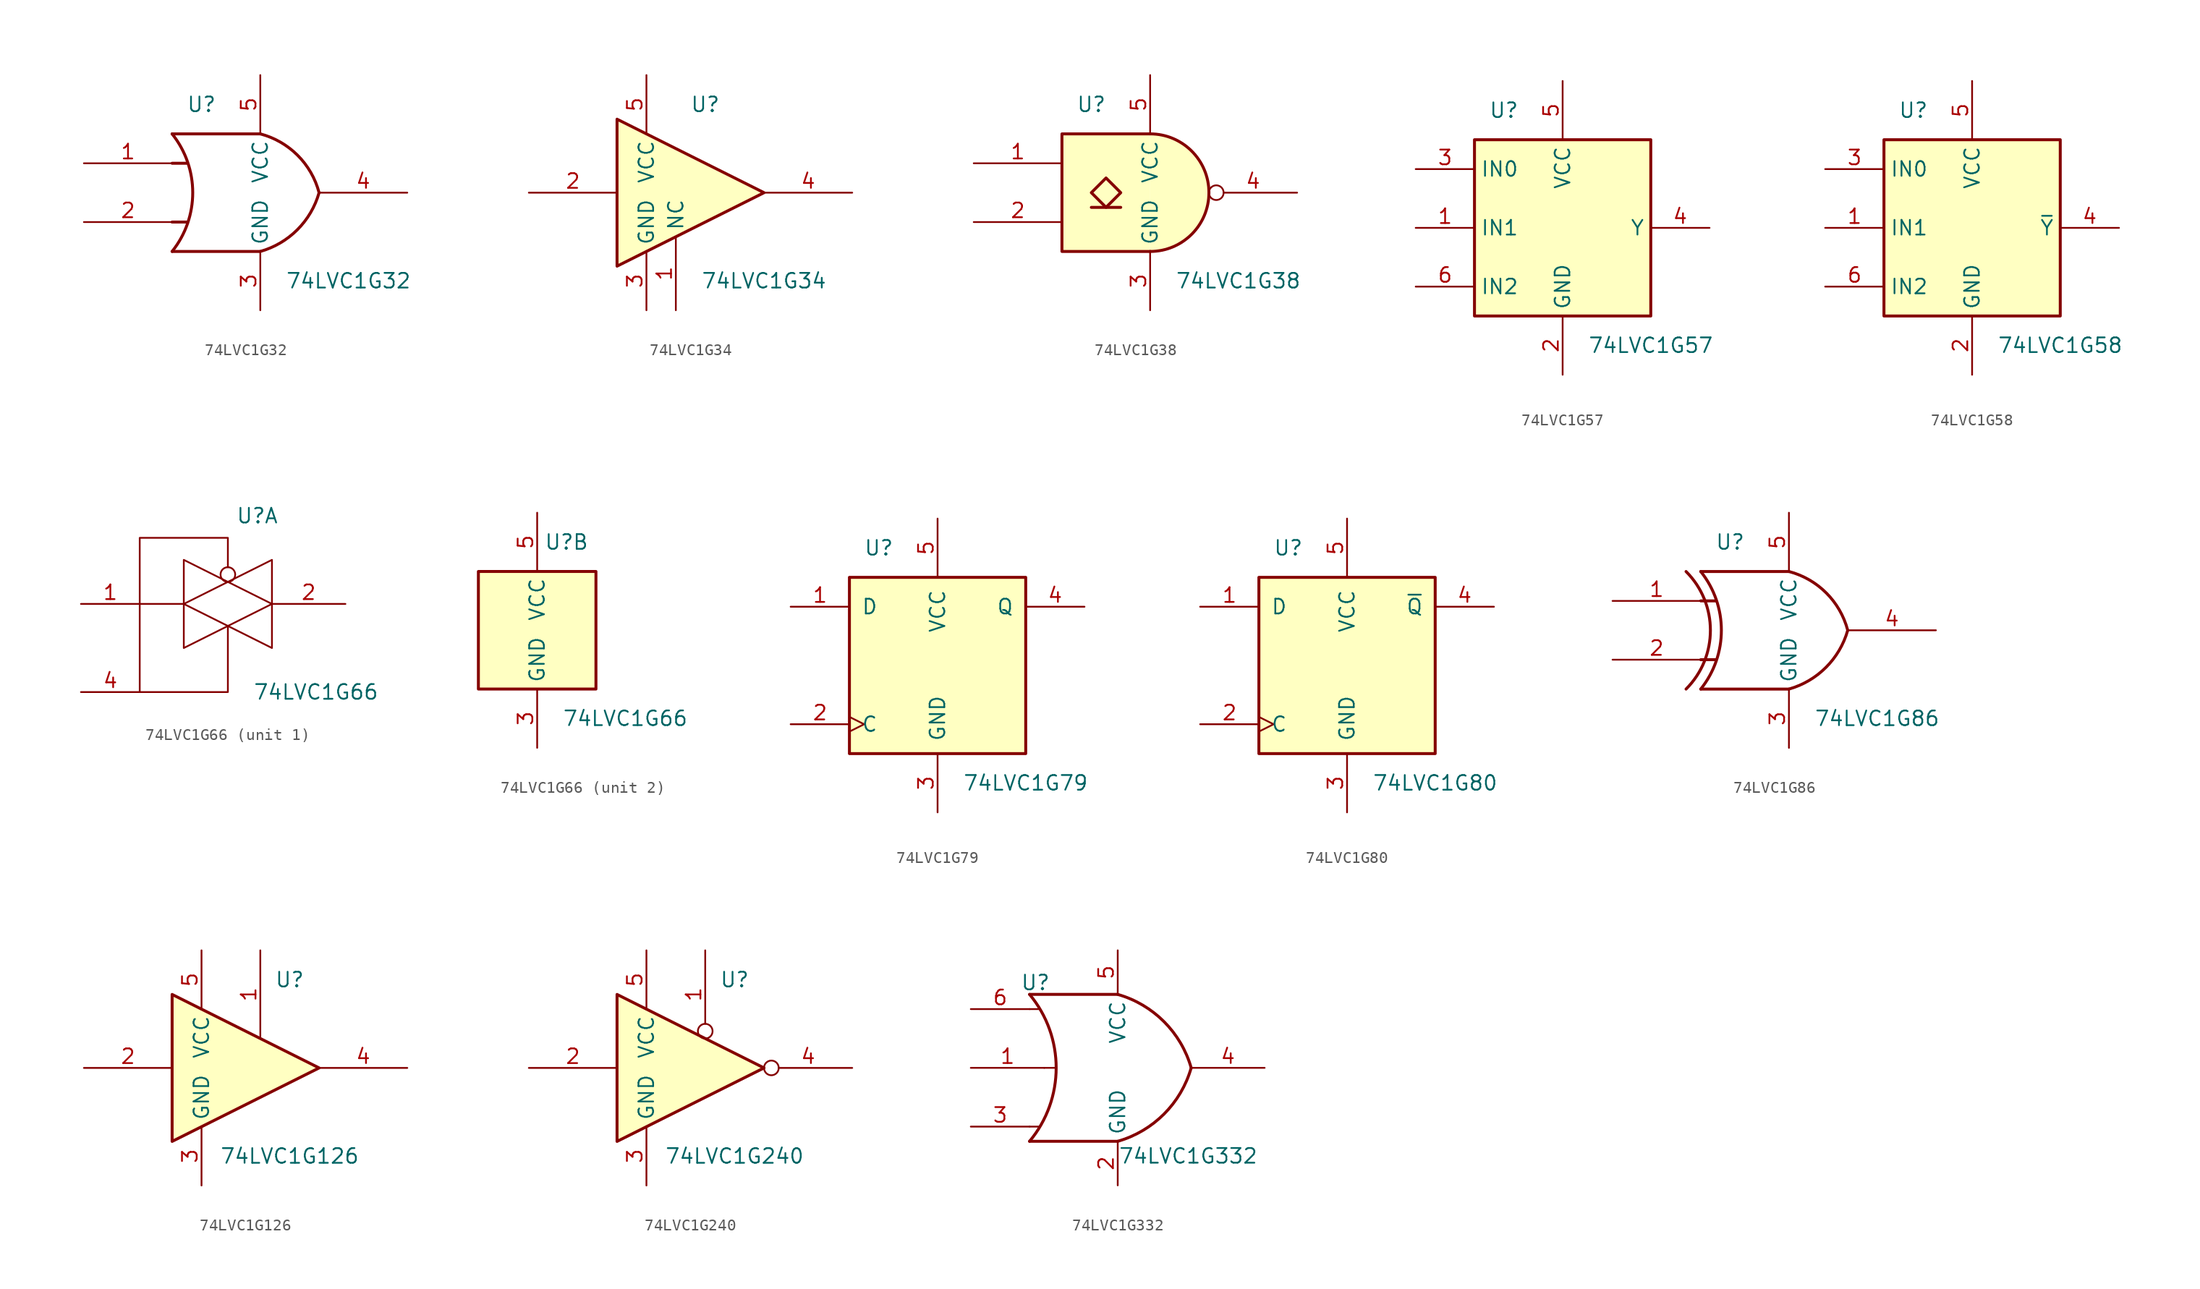
<source format=kicad_sym>
(kicad_symbol_lib
  (version 20241209)
  (generator "kicad_symbol_editor")
  (generator_version "9.0")
  (symbol "74LVC1G32"
    (property "Reference" "U"
      (at -5.08 7.62 0)
      (effects (font (size 1.27 1.27))))
    (property "Value" "74LVC1G32"
      (at 7.62 -7.62 0)
      (effects (font (size 1.27 1.27))))
    (symbol "74LVC1G32_0_1"
      (arc (start -7.62 5.08) (mid -5.838 0) (end -7.62 -5.08) (stroke (width 0.254) (type default)) (fill (type none)))
      (polyline (pts (xy -7.62 2.54) (xy -6.35 2.54)) (stroke (width 0.254) (type default)) (fill (type background)))
      (polyline (pts (xy -7.62 -2.54) (xy -6.35 -2.54)) (stroke (width 0.254) (type default)) (fill (type background)))
      (arc (start 5.08 0) (mid 3.202 -3.202) (end 0 -5.08) (stroke (width 0.254) (type default)) (fill (type none)))
      (arc (start 0 5.08) (mid 3.2271 3.2271) (end 5.08 0) (stroke (width 0.254) (type default)) (fill (type none)))
      (polyline (pts (xy 0 5.08) (xy -7.62 5.08)) (stroke (width 0.254) (type default)) (fill (type background)))
      (polyline (pts (xy 0 -5.08) (xy -7.62 -5.08)) (stroke (width 0.254) (type default)) (fill (type background))))
    (symbol "74LVC1G32_1_1"
      (pin input line (at -15.24 2.54 0) (length 7.62) (name "~" (effects (font (size 1.27 1.27)))) (number "1" (effects (font (size 1.27 1.27)))))
      (pin input line (at -15.24 -2.54 0) (length 7.62) (name "~" (effects (font (size 1.27 1.27)))) (number "2" (effects (font (size 1.27 1.27)))))
      (pin power_in line (at 0 10.16 270) (length 5.08) (name "VCC" (effects (font (size 1.27 1.27)))) (number "5" (effects (font (size 1.27 1.27)))))
      (pin power_in line (at 0 -10.16 90) (length 5.08) (name "GND" (effects (font (size 1.27 1.27)))) (number "3" (effects (font (size 1.27 1.27)))))
      (pin output line (at 12.7 0 180) (length 7.62) (name "~" (effects (font (size 1.27 1.27)))) (number "4" (effects (font (size 1.27 1.27)))))))
  (symbol "74LVC1G34"
    (property "Reference" "U"
      (at 0 7.62 0)
      (effects (font (size 1.27 1.27))))
    (property "Value" "74LVC1G34"
      (at 5.08 -7.62 0)
      (effects (font (size 1.27 1.27))))
    (symbol "74LVC1G34_0_1"
      (polyline (pts (xy -7.62 6.35) (xy -7.62 -6.35) (xy 5.08 0) (xy -7.62 6.35)) (stroke (width 0.254) (type default)) (fill (type background))))
    (symbol "74LVC1G34_1_1"
      (pin input line (at -15.24 0 0) (length 7.62) (name "~" (effects (font (size 1.27 1.27)))) (number "2" (effects (font (size 1.27 1.27)))))
      (pin power_in line (at -5.08 10.16 270) (length 5.08) (name "VCC" (effects (font (size 1.27 1.27)))) (number "5" (effects (font (size 1.27 1.27)))))
      (pin power_in line (at -5.08 -10.16 90) (length 5.08) (name "GND" (effects (font (size 1.27 1.27)))) (number "3" (effects (font (size 1.27 1.27)))))
      (pin free line (at -2.54 -10.16 90) (length 6.35) (name "NC" (effects (font (size 1.27 1.27)))) (number "1" (effects (font (size 1.27 1.27)))))
      (pin output line (at 12.7 0 180) (length 7.62) (name "~" (effects (font (size 1.27 1.27)))) (number "4" (effects (font (size 1.27 1.27)))))))
  (symbol "74LVC1G38"
    (property "Reference" "U"
      (at -5.08 7.62 0)
      (effects (font (size 1.27 1.27))))
    (property "Value" "74LVC1G38"
      (at 7.62 -7.62 0)
      (effects (font (size 1.27 1.27))))
    (symbol "74LVC1G38_0_1"
      (polyline (pts (xy -5.08 -1.27) (xy -2.54 -1.27)) (stroke (width 0.254) (type default)) (fill (type background)))
      (polyline (pts (xy -3.81 1.27) (xy -5.08 0) (xy -3.81 -1.27) (xy -2.54 0) (xy -3.81 1.27)) (stroke (width 0.254) (type default)) (fill (type background)))
      (arc (start 0 5.08) (mid 5.0579 0) (end 0 -5.08) (stroke (width 0.254) (type default)) (fill (type background)))
      (polyline (pts (xy 0 -5.08) (xy -7.62 -5.08) (xy -7.62 5.08) (xy 0 5.08)) (stroke (width 0.254) (type default)) (fill (type background))))
    (symbol "74LVC1G38_1_1"
      (pin input line (at -15.24 2.54 0) (length 7.62) (name "~" (effects (font (size 1.27 1.27)))) (number "1" (effects (font (size 1.27 1.27)))))
      (pin input line (at -15.24 -2.54 0) (length 7.62) (name "~" (effects (font (size 1.27 1.27)))) (number "2" (effects (font (size 1.27 1.27)))))
      (pin power_in line (at 0 10.16 270) (length 5.08) (name "VCC" (effects (font (size 1.27 1.27)))) (number "5" (effects (font (size 1.27 1.27)))))
      (pin power_in line (at 0 -10.16 90) (length 5.08) (name "GND" (effects (font (size 1.27 1.27)))) (number "3" (effects (font (size 1.27 1.27)))))
      (pin output inverted (at 12.7 0 180) (length 7.62) (name "~" (effects (font (size 1.27 1.27)))) (number "4" (effects (font (size 1.27 1.27)))))))
  (symbol "74LVC1G57"
    (property "Reference" "U"
      (at -5.08 10.16 0)
      (effects (font (size 1.27 1.27))))
    (property "Value" "74LVC1G57"
      (at 7.62 -10.16 0)
      (effects (font (size 1.27 1.27))))
    (symbol "74LVC1G57_0_1"
      (rectangle (start -7.62 7.62) (end 7.62 -7.62) (stroke (width 0.254) (type default)) (fill (type background))))
    (symbol "74LVC1G57_1_1"
      (pin input line (at -12.7 5.08 0) (length 5.08) (name "IN0" (effects (font (size 1.27 1.27)))) (number "3" (effects (font (size 1.27 1.27)))))
      (pin input line (at -12.7 0 0) (length 5.08) (name "IN1" (effects (font (size 1.27 1.27)))) (number "1" (effects (font (size 1.27 1.27)))))
      (pin input line (at -12.7 -5.08 0) (length 5.08) (name "IN2" (effects (font (size 1.27 1.27)))) (number "6" (effects (font (size 1.27 1.27)))))
      (pin power_in line (at 0 12.7 270) (length 5.08) (name "VCC" (effects (font (size 1.27 1.27)))) (number "5" (effects (font (size 1.27 1.27)))))
      (pin power_in line (at 0 -12.7 90) (length 5.08) (name "GND" (effects (font (size 1.27 1.27)))) (number "2" (effects (font (size 1.27 1.27)))))
      (pin output line (at 12.7 0 180) (length 5.08) (name "Y" (effects (font (size 1.27 1.27)))) (number "4" (effects (font (size 1.27 1.27)))))))
  (symbol "74LVC1G58"
    (property "Reference" "U"
      (at -5.08 10.16 0)
      (effects (font (size 1.27 1.27))))
    (property "Value" "74LVC1G58"
      (at 7.62 -10.16 0)
      (effects (font (size 1.27 1.27))))
    (symbol "74LVC1G58_0_1"
      (rectangle (start -7.62 7.62) (end 7.62 -7.62) (stroke (width 0.254) (type default)) (fill (type background))))
    (symbol "74LVC1G58_1_1"
      (pin input line (at -12.7 5.08 0) (length 5.08) (name "IN0" (effects (font (size 1.27 1.27)))) (number "3" (effects (font (size 1.27 1.27)))))
      (pin input line (at -12.7 0 0) (length 5.08) (name "IN1" (effects (font (size 1.27 1.27)))) (number "1" (effects (font (size 1.27 1.27)))))
      (pin input line (at -12.7 -5.08 0) (length 5.08) (name "IN2" (effects (font (size 1.27 1.27)))) (number "6" (effects (font (size 1.27 1.27)))))
      (pin power_in line (at 0 12.7 270) (length 5.08) (name "VCC" (effects (font (size 1.27 1.27)))) (number "5" (effects (font (size 1.27 1.27)))))
      (pin power_in line (at 0 -12.7 90) (length 5.08) (name "GND" (effects (font (size 1.27 1.27)))) (number "2" (effects (font (size 1.27 1.27)))))
      (pin output line (at 12.7 0 180) (length 5.08) (name "~{Y}" (effects (font (size 1.27 1.27)))) (number "4" (effects (font (size 1.27 1.27)))))))
  (symbol "74LVC1G66"
    (property "Reference" "U"
      (at 2.54 7.62 0)
      (effects (font (size 1.27 1.27))))
    (property "Value" "74LVC1G66"
      (at 7.62 -7.62 0)
      (effects (font (size 1.27 1.27))))
    (property "ki_locked" ""
      (at 0 0 0)
      (effects (font (size 1.27 1.27))))
    (symbol "74LVC1G66_1_1"
      (polyline (pts (xy -7.62 0) (xy -3.81 0)) (stroke (width 0.152) (type default)) (fill (type none)))
      (polyline (pts (xy -7.62 -7.62) (xy 0 -7.62) (xy 0 -1.905)) (stroke (width 0.152) (type default)) (fill (type none)))
      (polyline (pts (xy -7.62 -7.62) (xy -7.62 5.715) (xy 0 5.715) (xy 0 3.175)) (stroke (width 0.152) (type default)) (fill (type none)))
      (polyline (pts (xy -3.81 3.81) (xy -3.81 -3.81) (xy 3.81 0) (xy -3.81 3.81)) (stroke (width 0.152) (type default)) (fill (type none)))
      (polyline (pts (xy -3.81 0) (xy 3.81 3.81) (xy 3.81 -3.81) (xy -3.81 0)) (stroke (width 0.152) (type default)) (fill (type none)))
      (circle (center 0 2.54) (radius 0.635) (stroke (width 0.152) (type default)) (fill (type none)))
      (pin bidirectional line (at -12.7 0 0) (length 5.08) (name "~" (effects (font (size 1.27 1.27)))) (number "1" (effects (font (size 1.27 1.27)))))
      (pin input line (at -12.7 -7.62 0) (length 5.08) (name "~" (effects (font (size 1.27 1.27)))) (number "4" (effects (font (size 1.27 1.27)))))
      (pin bidirectional line (at 10.16 0 180) (length 6.35) (name "~" (effects (font (size 1.27 1.27)))) (number "2" (effects (font (size 1.27 1.27))))))
    (symbol "74LVC1G66_2_1"
      (rectangle (start -5.08 5.08) (end 5.08 -5.08) (stroke (width 0.254) (type default)) (fill (type background)))
      (pin power_in line (at 0 10.16 270) (length 5.08) (name "VCC" (effects (font (size 1.27 1.27)))) (number "5" (effects (font (size 1.27 1.27)))))
      (pin power_in line (at 0 -10.16 90) (length 5.08) (name "GND" (effects (font (size 1.27 1.27)))) (number "3" (effects (font (size 1.27 1.27)))))))
  (symbol "74LVC1G79"
    (pin_names
      (offset 1.016))
    (property "Reference" "U"
      (at -5.08 10.16 0)
      (effects (font (size 1.27 1.27))))
    (property "Value" "74LVC1G79"
      (at 7.62 -10.16 0)
      (effects (font (size 1.27 1.27))))
    (symbol "74LVC1G79_0_1"
      (rectangle (start -7.62 7.62) (end 7.62 -7.62) (stroke (width 0.254) (type default)) (fill (type background))))
    (symbol "74LVC1G79_1_1"
      (pin input line (at -12.7 5.08 0) (length 5.08) (name "D" (effects (font (size 1.27 1.27)))) (number "1" (effects (font (size 1.27 1.27)))))
      (pin input clock (at -12.7 -5.08 0) (length 5.08) (name "C" (effects (font (size 1.27 1.27)))) (number "2" (effects (font (size 1.27 1.27)))))
      (pin power_in line (at 0 12.7 270) (length 5.08) (name "VCC" (effects (font (size 1.27 1.27)))) (number "5" (effects (font (size 1.27 1.27)))))
      (pin power_in line (at 0 -12.7 90) (length 5.08) (name "GND" (effects (font (size 1.27 1.27)))) (number "3" (effects (font (size 1.27 1.27)))))
      (pin output line (at 12.7 5.08 180) (length 5.08) (name "Q" (effects (font (size 1.27 1.27)))) (number "4" (effects (font (size 1.27 1.27)))))))
  (symbol "74LVC1G80"
    (pin_names
      (offset 1.016))
    (property "Reference" "U"
      (at -5.08 10.16 0)
      (effects (font (size 1.27 1.27))))
    (property "Value" "74LVC1G80"
      (at 7.62 -10.16 0)
      (effects (font (size 1.27 1.27))))
    (symbol "74LVC1G80_0_1"
      (rectangle (start -7.62 7.62) (end 7.62 -7.62) (stroke (width 0.254) (type default)) (fill (type background))))
    (symbol "74LVC1G80_1_1"
      (pin input line (at -12.7 5.08 0) (length 5.08) (name "D" (effects (font (size 1.27 1.27)))) (number "1" (effects (font (size 1.27 1.27)))))
      (pin input clock (at -12.7 -5.08 0) (length 5.08) (name "C" (effects (font (size 1.27 1.27)))) (number "2" (effects (font (size 1.27 1.27)))))
      (pin power_in line (at 0 12.7 270) (length 5.08) (name "VCC" (effects (font (size 1.27 1.27)))) (number "5" (effects (font (size 1.27 1.27)))))
      (pin power_in line (at 0 -12.7 90) (length 5.08) (name "GND" (effects (font (size 1.27 1.27)))) (number "3" (effects (font (size 1.27 1.27)))))
      (pin output line (at 12.7 5.08 180) (length 5.08) (name "~{Q}" (effects (font (size 1.27 1.27)))) (number "4" (effects (font (size 1.27 1.27)))))))
  (symbol "74LVC1G86"
    (property "Reference" "U"
      (at -5.08 7.62 0)
      (effects (font (size 1.27 1.27))))
    (property "Value" "74LVC1G86"
      (at 7.62 -7.62 0)
      (effects (font (size 1.27 1.27))))
    (symbol "74LVC1G86_0_1"
      (arc (start -8.89 5.08) (mid -6.7858 0) (end -8.89 -5.08) (stroke (width 0.254) (type default)) (fill (type none)))
      (arc (start -7.62 5.08) (mid -5.838 0) (end -7.62 -5.08) (stroke (width 0.254) (type default)) (fill (type none)))
      (polyline (pts (xy -7.62 2.54) (xy -6.35 2.54)) (stroke (width 0.254) (type default)) (fill (type background)))
      (polyline (pts (xy -7.62 -2.54) (xy -6.35 -2.54)) (stroke (width 0.254) (type default)) (fill (type background)))
      (arc (start 5.08 0) (mid 3.202 -3.202) (end 0 -5.08) (stroke (width 0.254) (type default)) (fill (type none)))
      (arc (start 0 5.08) (mid 3.2271 3.2271) (end 5.08 0) (stroke (width 0.254) (type default)) (fill (type none)))
      (polyline (pts (xy 0 5.08) (xy -7.62 5.08)) (stroke (width 0.254) (type default)) (fill (type background)))
      (polyline (pts (xy 0 -5.08) (xy -7.62 -5.08)) (stroke (width 0.254) (type default)) (fill (type background))))
    (symbol "74LVC1G86_1_1"
      (pin input line (at -15.24 2.54 0) (length 7.62) (name "~" (effects (font (size 1.27 1.27)))) (number "1" (effects (font (size 1.27 1.27)))))
      (pin input line (at -15.24 -2.54 0) (length 7.62) (name "~" (effects (font (size 1.27 1.27)))) (number "2" (effects (font (size 1.27 1.27)))))
      (pin power_in line (at 0 10.16 270) (length 5.08) (name "VCC" (effects (font (size 1.27 1.27)))) (number "5" (effects (font (size 1.27 1.27)))))
      (pin power_in line (at 0 -10.16 90) (length 5.08) (name "GND" (effects (font (size 1.27 1.27)))) (number "3" (effects (font (size 1.27 1.27)))))
      (pin output line (at 12.7 0 180) (length 7.62) (name "~" (effects (font (size 1.27 1.27)))) (number "4" (effects (font (size 1.27 1.27)))))))
  (symbol "74LVC1G126"
    (property "Reference" "U"
      (at 2.54 7.62 0)
      (effects (font (size 1.27 1.27))))
    (property "Value" "74LVC1G126"
      (at 2.54 -7.62 0)
      (effects (font (size 1.27 1.27))))
    (symbol "74LVC1G126_0_1"
      (polyline (pts (xy -7.62 6.35) (xy -7.62 -6.35) (xy 5.08 0) (xy -7.62 6.35)) (stroke (width 0.254) (type default)) (fill (type background))))
    (symbol "74LVC1G126_1_1"
      (pin input line (at -15.24 0 0) (length 7.62) (name "~" (effects (font (size 1.27 1.27)))) (number "2" (effects (font (size 1.27 1.27)))))
      (pin power_in line (at -5.08 10.16 270) (length 5.08) (name "VCC" (effects (font (size 1.27 1.27)))) (number "5" (effects (font (size 1.27 1.27)))))
      (pin power_in line (at -5.08 -10.16 90) (length 5.08) (name "GND" (effects (font (size 1.27 1.27)))) (number "3" (effects (font (size 1.27 1.27)))))
      (pin input line (at 0 10.16 270) (length 7.62) (name "~" (effects (font (size 1.27 1.27)))) (number "1" (effects (font (size 1.27 1.27)))))
      (pin tri_state line (at 12.7 0 180) (length 7.62) (name "~" (effects (font (size 1.27 1.27)))) (number "4" (effects (font (size 1.27 1.27)))))))
  (symbol "74LVC1G240"
    (property "Reference" "U"
      (at 2.54 7.62 0)
      (effects (font (size 1.27 1.27))))
    (property "Value" "74LVC1G240"
      (at 2.54 -7.62 0)
      (effects (font (size 1.27 1.27))))
    (symbol "74LVC1G240_0_1"
      (polyline (pts (xy -7.62 6.35) (xy -7.62 -6.35) (xy 5.08 0) (xy -7.62 6.35)) (stroke (width 0.254) (type default)) (fill (type background))))
    (symbol "74LVC1G240_1_1"
      (pin input line (at -15.24 0 0) (length 7.62) (name "~" (effects (font (size 1.27 1.27)))) (number "2" (effects (font (size 1.27 1.27)))))
      (pin power_in line (at -5.08 10.16 270) (length 5.08) (name "VCC" (effects (font (size 1.27 1.27)))) (number "5" (effects (font (size 1.27 1.27)))))
      (pin power_in line (at -5.08 -10.16 90) (length 5.08) (name "GND" (effects (font (size 1.27 1.27)))) (number "3" (effects (font (size 1.27 1.27)))))
      (pin input inverted (at 0 10.16 270) (length 7.62) (name "~" (effects (font (size 1.27 1.27)))) (number "1" (effects (font (size 1.27 1.27)))))
      (pin tri_state inverted (at 12.7 0 180) (length 7.62) (name "~" (effects (font (size 1.27 1.27)))) (number "4" (effects (font (size 1.27 1.27)))))))
  (symbol "74LVC1G332"
    (property "Reference" "U"
      (at -7.112 7.366 0)
      (effects (font (size 1.27 1.27))))
    (property "Value" "74LVC1G332"
      (at 6.096 -7.62 0)
      (effects (font (size 1.27 1.27))))
    (symbol "74LVC1G332_0_1"
      (arc (start -7.62 6.35) (mid -5.321 0) (end -7.62 -6.35) (stroke (width 0.254) (type default)) (fill (type none)))
      (polyline (pts (xy -7.62 5.08) (xy -6.858 5.08)) (stroke (width 0) (type default)) (fill (type none)))
      (polyline (pts (xy -7.62 -5.08) (xy -6.858 -5.08)) (stroke (width 0) (type default)) (fill (type none)))
      (polyline (pts (xy -6.35 0) (xy -5.334 0)) (stroke (width 0) (type default)) (fill (type none)))
      (arc (start 6.35 0) (mid 3.9978 -3.9978) (end 0 -6.35) (stroke (width 0.254) (type default)) (fill (type none)))
      (arc (start 0 6.35) (mid 3.9978 3.9978) (end 6.35 0) (stroke (width 0.254) (type default)) (fill (type none)))
      (polyline (pts (xy 0 6.35) (xy -7.62 6.35)) (stroke (width 0.254) (type default)) (fill (type background)))
      (polyline (pts (xy 0 -6.35) (xy -7.62 -6.35)) (stroke (width 0.254) (type default)) (fill (type background))))
    (symbol "74LVC1G332_1_1"
      (pin input line (at -12.7 5.08 0) (length 5.08) (name "~" (effects (font (size 1.27 1.27)))) (number "6" (effects (font (size 1.27 1.27)))))
      (pin input line (at -12.7 0 0) (length 6.35) (name "~" (effects (font (size 1.27 1.27)))) (number "1" (effects (font (size 1.27 1.27)))))
      (pin input line (at -12.7 -5.08 0) (length 5.08) (name "~" (effects (font (size 1.27 1.27)))) (number "3" (effects (font (size 1.27 1.27)))))
      (pin power_in line (at 0 10.16 270) (length 3.81) (name "VCC" (effects (font (size 1.27 1.27)))) (number "5" (effects (font (size 1.27 1.27)))))
      (pin power_in line (at 0 -10.16 90) (length 3.81) (name "GND" (effects (font (size 1.27 1.27)))) (number "2" (effects (font (size 1.27 1.27)))))
      (pin output line (at 12.7 0 180) (length 6.35) (name "~" (effects (font (size 1.27 1.27)))) (number "4" (effects (font (size 1.27 1.27))))))))
</source>
